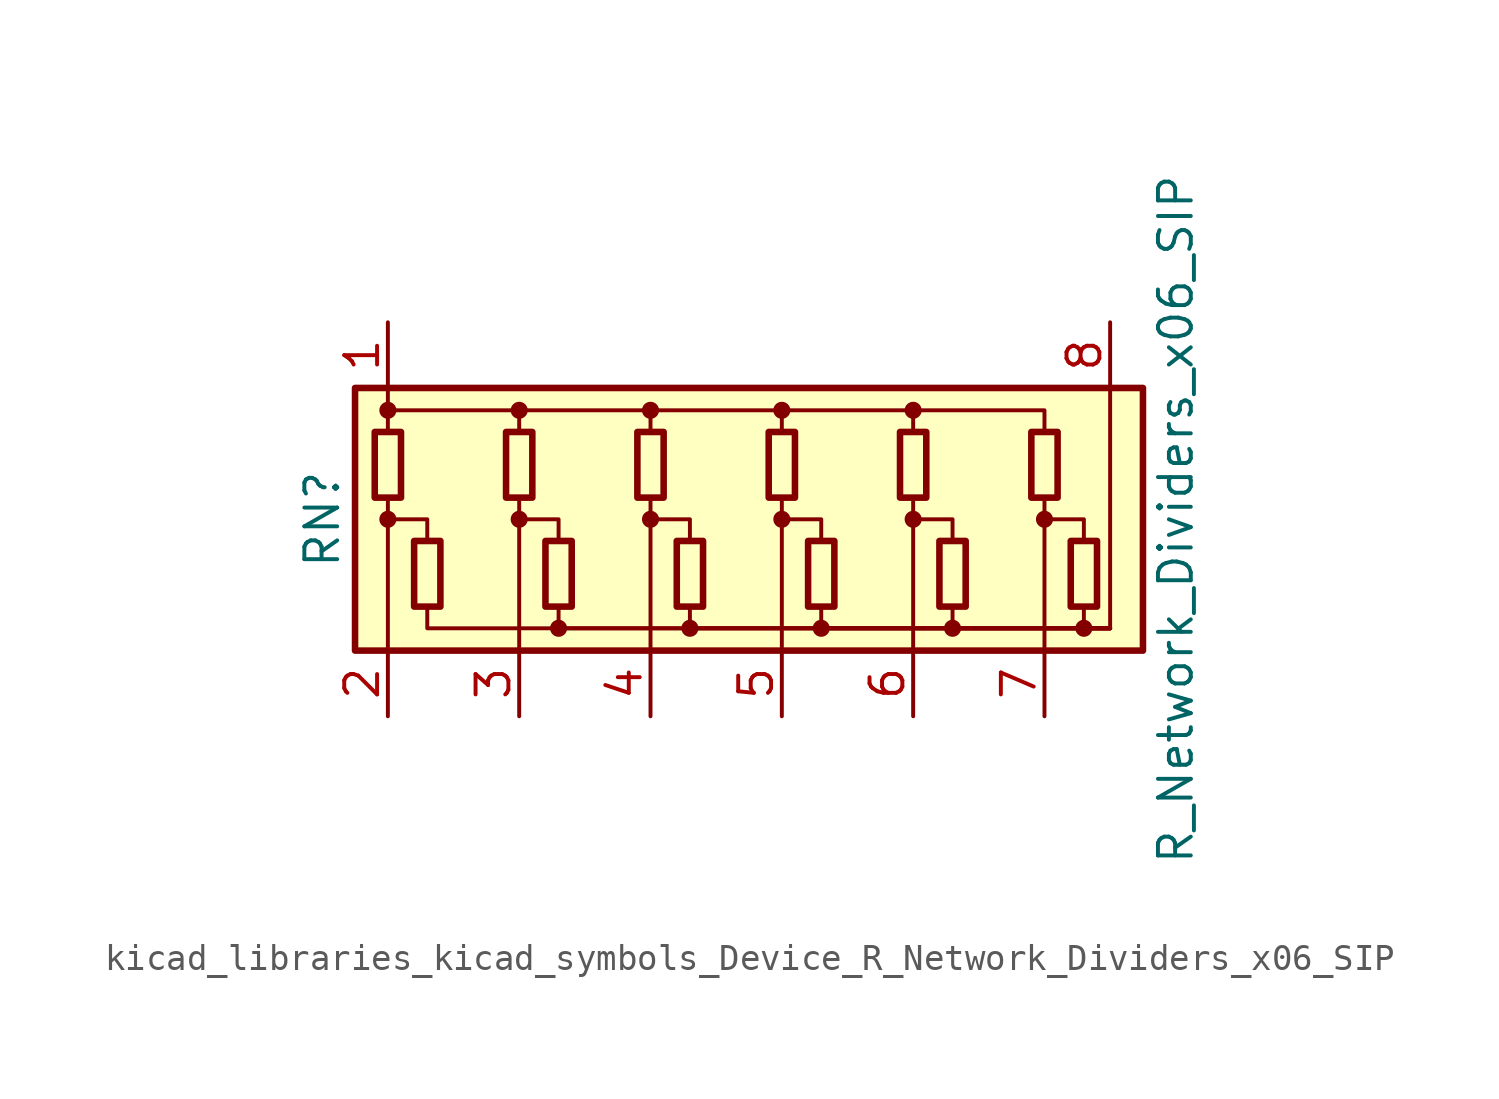
<source format=kicad_sym>
(kicad_symbol_lib
  (version 20220914)
  (generator kicad_symbol_editor)
  (symbol "kicad_libraries_kicad_symbols_Device_R_Network_Dividers_x06_SIP"
    (pin_names
      (offset 0) hide)
    (property "Reference" "RN"
      (at -17.78 0 90)
      (effects (font (size 1.27 1.27))))
    (property "Value" "R_Network_Dividers_x06_SIP"
      (at 15.24 0 90)
      (effects (font (size 1.27 1.27))))
    (symbol "kicad_libraries_kicad_symbols_Device_R_Network_Dividers_x06_SIP_0_1"
      (rectangle (start -16.51 -5.08) (end 13.97 5.08) (stroke (width 0.254) (type default)) (fill (type background)))
      (rectangle (start -15.748 3.378) (end -14.732 0.838) (stroke (width 0.254) (type default)) (fill (type none)))
      (circle (center -15.24 0) (radius 0.254) (stroke (width 0) (type default)) (fill (type outline)))
      (circle (center -15.24 4.216) (radius 0.254) (stroke (width 0) (type default)) (fill (type outline)))
      (rectangle (start -14.224 -3.378) (end -13.208 -0.838) (stroke (width 0.254) (type default)) (fill (type none)))
      (rectangle (start -10.668 3.378) (end -9.652 0.838) (stroke (width 0.254) (type default)) (fill (type none)))
      (circle (center -10.16 0) (radius 0.254) (stroke (width 0) (type default)) (fill (type outline)))
      (circle (center -10.16 4.216) (radius 0.254) (stroke (width 0) (type default)) (fill (type outline)))
      (rectangle (start -9.144 -3.378) (end -8.128 -0.838) (stroke (width 0.254) (type default)) (fill (type none)))
      (circle (center -8.636 -4.216) (radius 0.254) (stroke (width 0) (type default)) (fill (type outline)))
      (rectangle (start -5.588 3.378) (end -4.572 0.838) (stroke (width 0.254) (type default)) (fill (type none)))
      (circle (center -5.08 0) (radius 0.254) (stroke (width 0) (type default)) (fill (type outline)))
      (circle (center -5.08 4.216) (radius 0.254) (stroke (width 0) (type default)) (fill (type outline)))
      (rectangle (start -4.064 -3.378) (end -3.048 -0.838) (stroke (width 0.254) (type default)) (fill (type none)))
      (circle (center -3.556 -4.216) (radius 0.254) (stroke (width 0) (type default)) (fill (type outline)))
      (rectangle (start -0.508 3.378) (end 0.508 0.838) (stroke (width 0.254) (type default)) (fill (type none)))
      (polyline (pts (xy -15.24 -5.08) (xy -15.24 0.838)) (stroke (width 0) (type default)) (fill (type none)))
      (polyline (pts (xy -15.24 5.08) (xy -15.24 3.378)) (stroke (width 0) (type default)) (fill (type none)))
      (polyline (pts (xy -10.16 -5.08) (xy -10.16 0.838)) (stroke (width 0) (type default)) (fill (type none)))
      (polyline (pts (xy -5.08 -5.08) (xy -5.08 0.838)) (stroke (width 0) (type default)) (fill (type none)))
      (polyline (pts (xy 0 -5.08) (xy 0 0.838)) (stroke (width 0) (type default)) (fill (type none)))
      (polyline (pts (xy 5.08 -5.08) (xy 5.08 0.838)) (stroke (width 0) (type default)) (fill (type none)))
      (polyline (pts (xy 10.16 -5.08) (xy 10.16 0.838)) (stroke (width 0) (type default)) (fill (type none)))
      (polyline (pts (xy 12.7 -4.216) (xy 12.7 5.08)) (stroke (width 0) (type default)) (fill (type none)))
      (polyline (pts (xy -15.24 0) (xy -13.716 0) (xy -13.716 -0.838)) (stroke (width 0) (type default)) (fill (type none)))
      (polyline (pts (xy -15.24 4.216) (xy -10.16 4.216) (xy -10.16 3.378)) (stroke (width 0) (type default)) (fill (type none)))
      (polyline (pts (xy -13.716 -3.378) (xy -13.716 -4.216) (xy 12.7 -4.216)) (stroke (width 0) (type default)) (fill (type none)))
      (polyline (pts (xy -10.16 0) (xy -8.636 0) (xy -8.636 -0.838)) (stroke (width 0) (type default)) (fill (type none)))
      (polyline (pts (xy -10.16 4.216) (xy -5.08 4.216) (xy -5.08 3.378)) (stroke (width 0) (type default)) (fill (type none)))
      (polyline (pts (xy -8.636 -3.378) (xy -8.636 -4.216) (xy 12.7 -4.216)) (stroke (width 0) (type default)) (fill (type none)))
      (polyline (pts (xy -5.08 0) (xy -3.556 0) (xy -3.556 -0.838)) (stroke (width 0) (type default)) (fill (type none)))
      (polyline (pts (xy -5.08 4.216) (xy 0 4.216) (xy 0 3.378)) (stroke (width 0) (type default)) (fill (type none)))
      (polyline (pts (xy -3.556 -3.378) (xy -3.556 -4.216) (xy 12.7 -4.216)) (stroke (width 0) (type default)) (fill (type none)))
      (polyline (pts (xy 0 0) (xy 1.524 0) (xy 1.524 -0.838)) (stroke (width 0) (type default)) (fill (type none)))
      (polyline (pts (xy 0 4.216) (xy 5.08 4.216) (xy 5.08 3.378)) (stroke (width 0) (type default)) (fill (type none)))
      (polyline (pts (xy 1.524 -3.378) (xy 1.524 -4.216) (xy 12.7 -4.216)) (stroke (width 0) (type default)) (fill (type none)))
      (polyline (pts (xy 5.08 0) (xy 6.604 0) (xy 6.604 -0.838)) (stroke (width 0) (type default)) (fill (type none)))
      (polyline (pts (xy 5.08 4.216) (xy 10.16 4.216) (xy 10.16 3.378)) (stroke (width 0) (type default)) (fill (type none)))
      (polyline (pts (xy 6.604 -3.378) (xy 6.604 -4.216) (xy 12.7 -4.216)) (stroke (width 0) (type default)) (fill (type none)))
      (polyline (pts (xy 10.16 0) (xy 11.684 0) (xy 11.684 -0.838)) (stroke (width 0) (type default)) (fill (type none)))
      (polyline (pts (xy 11.684 -3.378) (xy 11.684 -4.216) (xy 12.7 -4.216)) (stroke (width 0) (type default)) (fill (type none)))
      (circle (center 0 0) (radius 0.254) (stroke (width 0) (type default)) (fill (type outline)))
      (circle (center 0 4.216) (radius 0.254) (stroke (width 0) (type default)) (fill (type outline)))
      (rectangle (start 1.016 -3.378) (end 2.032 -0.838) (stroke (width 0.254) (type default)) (fill (type none)))
      (circle (center 1.524 -4.216) (radius 0.254) (stroke (width 0) (type default)) (fill (type outline)))
      (rectangle (start 4.572 3.378) (end 5.588 0.838) (stroke (width 0.254) (type default)) (fill (type none)))
      (circle (center 5.08 0) (radius 0.254) (stroke (width 0) (type default)) (fill (type outline)))
      (circle (center 5.08 4.216) (radius 0.254) (stroke (width 0) (type default)) (fill (type outline)))
      (rectangle (start 6.096 -3.378) (end 7.112 -0.838) (stroke (width 0.254) (type default)) (fill (type none)))
      (circle (center 6.604 -4.216) (radius 0.254) (stroke (width 0) (type default)) (fill (type outline)))
      (rectangle (start 9.652 3.378) (end 10.668 0.838) (stroke (width 0.254) (type default)) (fill (type none)))
      (circle (center 10.16 0) (radius 0.254) (stroke (width 0) (type default)) (fill (type outline)))
      (rectangle (start 11.176 -3.378) (end 12.192 -0.838) (stroke (width 0.254) (type default)) (fill (type none)))
      (circle (center 11.684 -4.216) (radius 0.254) (stroke (width 0) (type default)) (fill (type outline))))
    (symbol "kicad_libraries_kicad_symbols_Device_R_Network_Dividers_x06_SIP_1_1"
      (pin passive line (at -15.24 7.62 270) (length 2.54) (name "COM1" (effects (font (size 1.27 1.27)))) (number "1" (effects (font (size 1.27 1.27)))))
      (pin passive line (at -15.24 -7.62 90) (length 2.54) (name "R1" (effects (font (size 1.27 1.27)))) (number "2" (effects (font (size 1.27 1.27)))))
      (pin passive line (at -10.16 -7.62 90) (length 2.54) (name "R2" (effects (font (size 1.27 1.27)))) (number "3" (effects (font (size 1.27 1.27)))))
      (pin passive line (at -5.08 -7.62 90) (length 2.54) (name "R3" (effects (font (size 1.27 1.27)))) (number "4" (effects (font (size 1.27 1.27)))))
      (pin passive line (at 0 -7.62 90) (length 2.54) (name "R4" (effects (font (size 1.27 1.27)))) (number "5" (effects (font (size 1.27 1.27)))))
      (pin passive line (at 5.08 -7.62 90) (length 2.54) (name "R5" (effects (font (size 1.27 1.27)))) (number "6" (effects (font (size 1.27 1.27)))))
      (pin passive line (at 10.16 -7.62 90) (length 2.54) (name "R6" (effects (font (size 1.27 1.27)))) (number "7" (effects (font (size 1.27 1.27)))))
      (pin passive line (at 12.7 7.62 270) (length 2.54) (name "COM2" (effects (font (size 1.27 1.27)))) (number "8" (effects (font (size 1.27 1.27))))))))
</source>
